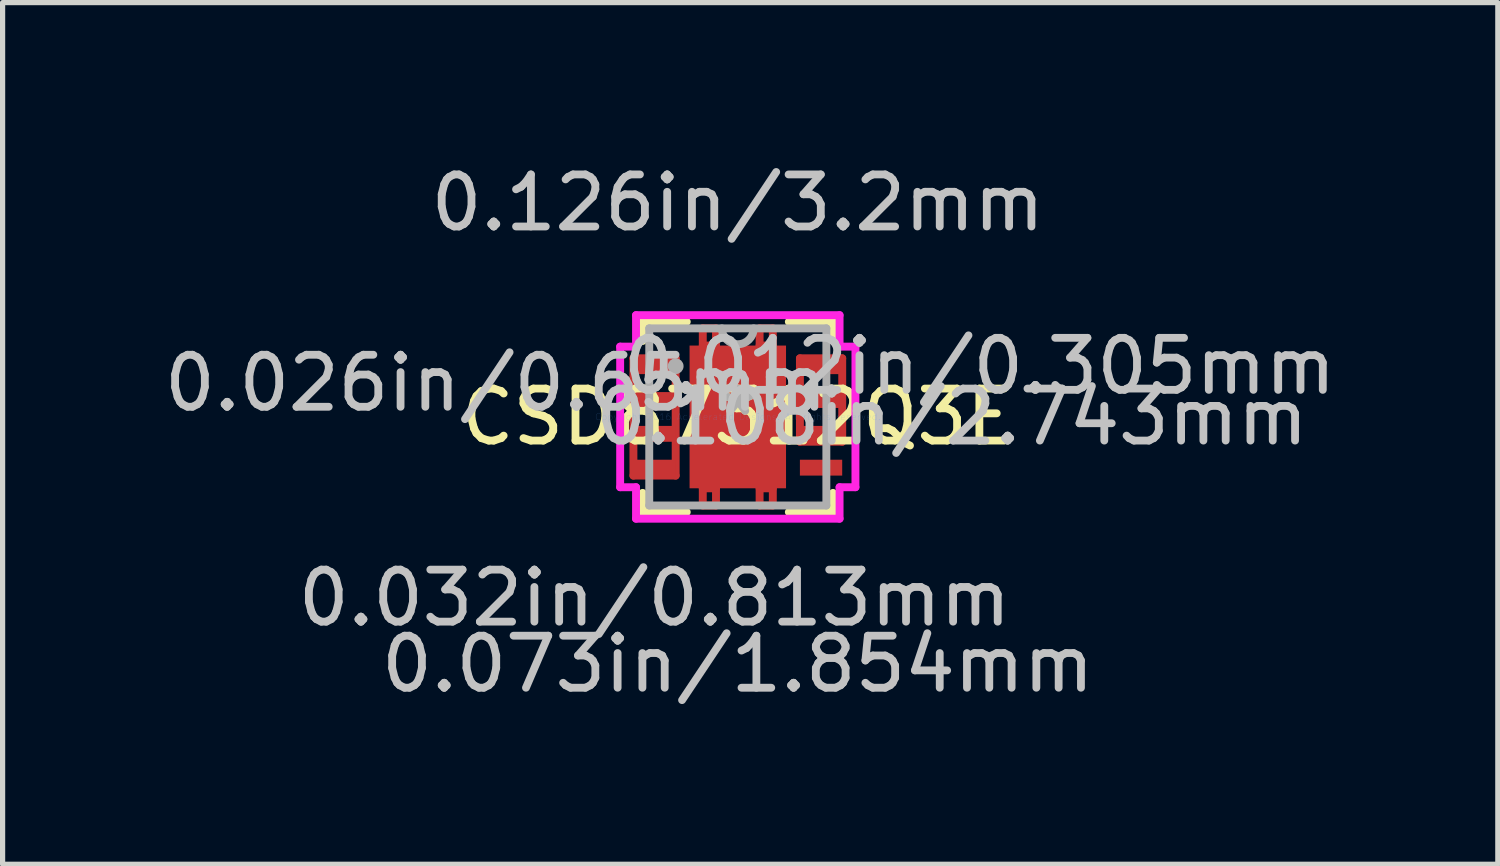
<source format=kicad_pcb>
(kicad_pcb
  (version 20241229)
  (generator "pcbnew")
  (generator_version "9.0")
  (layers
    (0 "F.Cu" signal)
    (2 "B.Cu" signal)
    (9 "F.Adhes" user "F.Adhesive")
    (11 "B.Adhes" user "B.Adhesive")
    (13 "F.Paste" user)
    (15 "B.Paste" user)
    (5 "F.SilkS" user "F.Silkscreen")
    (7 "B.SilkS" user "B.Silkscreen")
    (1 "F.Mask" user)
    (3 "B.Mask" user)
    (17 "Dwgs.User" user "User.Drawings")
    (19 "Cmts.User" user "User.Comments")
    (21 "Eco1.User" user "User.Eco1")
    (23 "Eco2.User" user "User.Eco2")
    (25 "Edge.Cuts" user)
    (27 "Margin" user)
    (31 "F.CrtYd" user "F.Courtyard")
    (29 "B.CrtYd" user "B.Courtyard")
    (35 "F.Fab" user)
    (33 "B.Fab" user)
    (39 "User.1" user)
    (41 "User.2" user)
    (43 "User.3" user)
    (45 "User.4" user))
  (footprint "CSD87312Q3E"
    (layer "F.Cu")
    (at 11.13 4.963)
    (property "Reference" "CSD87312Q3E" (at 0 0 0) (layer "F.SilkS") (effects (font (size 1 1) (thickness 0.15))))
    (attr through_hole)
    (fp_line (start -2.007 -1.127) (end -2.006 1.128) (stroke (width 0.152) (type solid)) (layer "F.Cu"))
    (fp_line (start -2.006 1.128) (end -1.194 1.128) (stroke (width 0.152) (type solid)) (layer "F.Cu"))
    (fp_line (start -1.194 -1.127) (end -2.007 -1.127) (stroke (width 0.152) (type solid)) (layer "F.Cu"))
    (fp_line (start -1.194 1.128) (end -1.194 -1.127) (stroke (width 0.152) (type solid)) (layer "F.Cu"))
    (fp_line (start -0.673 -1.702) (end -0.419 -1.702) (stroke (width 0.152) (type solid)) (layer "F.Cu"))
    (fp_line (start -0.673 -1.372) (end -0.673 -1.702) (stroke (width 0.152) (type solid)) (layer "F.Cu"))
    (fp_line (start -0.673 1.372) (end -0.673 1.702) (stroke (width 0.152) (type solid)) (layer "F.Cu"))
    (fp_line (start -0.673 1.702) (end -0.419 1.702) (stroke (width 0.152) (type solid)) (layer "F.Cu"))
    (fp_line (start -0.419 -1.702) (end -0.419 -1.372) (stroke (width 0.152) (type solid)) (layer "F.Cu"))
    (fp_line (start -0.419 -1.372) (end -0.673 -1.372) (stroke (width 0.152) (type solid)) (layer "F.Cu"))
    (fp_line (start -0.419 1.372) (end -0.673 1.372) (stroke (width 0.152) (type solid)) (layer "F.Cu"))
    (fp_line (start -0.419 1.702) (end -0.419 1.372) (stroke (width 0.152) (type solid)) (layer "F.Cu"))
    (fp_line (start 0.419 -1.702) (end 0.419 -1.372) (stroke (width 0.152) (type solid)) (layer "F.Cu"))
    (fp_line (start 0.419 -1.372) (end 0.673 -1.372) (stroke (width 0.152) (type solid)) (layer "F.Cu"))
    (fp_line (start 0.419 1.372) (end 0.673 1.372) (stroke (width 0.152) (type solid)) (layer "F.Cu"))
    (fp_line (start 0.419 1.702) (end 0.419 1.372) (stroke (width 0.152) (type solid)) (layer "F.Cu"))
    (fp_line (start 0.673 -1.702) (end 0.419 -1.702) (stroke (width 0.152) (type solid)) (layer "F.Cu"))
    (fp_line (start 0.673 -1.372) (end 0.673 -1.702) (stroke (width 0.152) (type solid)) (layer "F.Cu"))
    (fp_line (start 0.673 1.372) (end 0.673 1.702) (stroke (width 0.152) (type solid)) (layer "F.Cu"))
    (fp_line (start 0.673 1.702) (end 0.419 1.702) (stroke (width 0.152) (type solid)) (layer "F.Cu"))
    (fp_line (start 1.194 -1.127) (end 2.007 -1.127) (stroke (width 0.152) (type solid)) (layer "F.Cu"))
    (fp_line (start 1.194 0.477) (end 1.194 -1.127) (stroke (width 0.152) (type solid)) (layer "F.Cu"))
    (fp_line (start 2.007 -1.127) (end 2.007 0.477) (stroke (width 0.152) (type solid)) (layer "F.Cu"))
    (fp_line (start 2.007 0.477) (end 1.194 0.477) (stroke (width 0.152) (type solid)) (layer "F.Cu"))
    (fp_line (start -2.007 -1.127) (end -2.006 1.128) (stroke (width 0.152) (type solid)) (layer "F.Mask"))
    (fp_line (start -2.006 1.128) (end -1.194 1.128) (stroke (width 0.152) (type solid)) (layer "F.Mask"))
    (fp_line (start -1.194 -1.127) (end -2.007 -1.127) (stroke (width 0.152) (type solid)) (layer "F.Mask"))
    (fp_line (start -1.194 1.128) (end -1.194 -1.127) (stroke (width 0.152) (type solid)) (layer "F.Mask"))
    (fp_line (start -0.673 -1.702) (end -0.419 -1.702) (stroke (width 0.152) (type solid)) (layer "F.Mask"))
    (fp_line (start -0.673 -1.372) (end -0.673 -1.702) (stroke (width 0.152) (type solid)) (layer "F.Mask"))
    (fp_line (start -0.673 1.372) (end -0.673 1.702) (stroke (width 0.152) (type solid)) (layer "F.Mask"))
    (fp_line (start -0.673 1.702) (end -0.419 1.702) (stroke (width 0.152) (type solid)) (layer "F.Mask"))
    (fp_line (start -0.419 -1.702) (end -0.419 -1.372) (stroke (width 0.152) (type solid)) (layer "F.Mask"))
    (fp_line (start -0.419 -1.372) (end -0.673 -1.372) (stroke (width 0.152) (type solid)) (layer "F.Mask"))
    (fp_line (start -0.419 1.372) (end -0.673 1.372) (stroke (width 0.152) (type solid)) (layer "F.Mask"))
    (fp_line (start -0.419 1.702) (end -0.419 1.372) (stroke (width 0.152) (type solid)) (layer "F.Mask"))
    (fp_line (start 0.419 -1.702) (end 0.419 -1.372) (stroke (width 0.152) (type solid)) (layer "F.Mask"))
    (fp_line (start 0.419 -1.372) (end 0.673 -1.372) (stroke (width 0.152) (type solid)) (layer "F.Mask"))
    (fp_line (start 0.419 1.372) (end 0.673 1.372) (stroke (width 0.152) (type solid)) (layer "F.Mask"))
    (fp_line (start 0.419 1.702) (end 0.419 1.372) (stroke (width 0.152) (type solid)) (layer "F.Mask"))
    (fp_line (start 0.673 -1.702) (end 0.419 -1.702) (stroke (width 0.152) (type solid)) (layer "F.Mask"))
    (fp_line (start 0.673 -1.372) (end 0.673 -1.702) (stroke (width 0.152) (type solid)) (layer "F.Mask"))
    (fp_line (start 0.673 1.372) (end 0.673 1.702) (stroke (width 0.152) (type solid)) (layer "F.Mask"))
    (fp_line (start 0.673 1.702) (end 0.419 1.702) (stroke (width 0.152) (type solid)) (layer "F.Mask"))
    (fp_line (start 1.194 -1.127) (end 2.007 -1.127) (stroke (width 0.152) (type solid)) (layer "F.Mask"))
    (fp_line (start 1.194 0.477) (end 1.194 -1.127) (stroke (width 0.152) (type solid)) (layer "F.Mask"))
    (fp_line (start 2.007 -1.127) (end 2.007 0.477) (stroke (width 0.152) (type solid)) (layer "F.Mask"))
    (fp_line (start 2.007 0.477) (end 1.194 0.477) (stroke (width 0.152) (type solid)) (layer "F.Mask"))
    (fp_line (start -1.829 -1.829) (end -1.829 -1.46) (stroke (width 0.152) (type solid)) (layer "F.SilkS"))
    (fp_line (start -1.829 1.46) (end -1.829 1.829) (stroke (width 0.152) (type solid)) (layer "F.SilkS"))
    (fp_line (start -1.829 1.829) (end -0.981 1.829) (stroke (width 0.152) (type solid)) (layer "F.SilkS"))
    (fp_line (start -0.981 -1.829) (end -1.829 -1.829) (stroke (width 0.152) (type solid)) (layer "F.SilkS"))
    (fp_line (start 0.981 1.829) (end 1.829 1.829) (stroke (width 0.152) (type solid)) (layer "F.SilkS"))
    (fp_line (start 1.829 -1.829) (end 0.981 -1.829) (stroke (width 0.152) (type solid)) (layer "F.SilkS"))
    (fp_line (start 1.829 -1.46) (end 1.829 -1.829) (stroke (width 0.152) (type solid)) (layer "F.SilkS"))
    (fp_line (start 1.829 1.829) (end 1.829 1.46) (stroke (width 0.152) (type solid)) (layer "F.SilkS"))
    (fp_line (start -2.007 -1.127) (end -2.006 1.128) (stroke (width 0.152) (type solid)) (layer "F.Paste"))
    (fp_line (start -2.006 1.128) (end -1.194 1.128) (stroke (width 0.152) (type solid)) (layer "F.Paste"))
    (fp_line (start -1.194 -1.127) (end -2.007 -1.127) (stroke (width 0.152) (type solid)) (layer "F.Paste"))
    (fp_line (start -1.194 1.128) (end -1.194 -1.127) (stroke (width 0.152) (type solid)) (layer "F.Paste"))
    (fp_line (start -0.827 -1.272) (end -0.827 -0.1) (stroke (width 0.152) (type solid)) (layer "F.Paste"))
    (fp_line (start -0.827 -0.1) (end 0.827 -0.1) (stroke (width 0.152) (type solid)) (layer "F.Paste"))
    (fp_line (start -0.827 0.1) (end -0.827 1.272) (stroke (width 0.152) (type solid)) (layer "F.Paste"))
    (fp_line (start -0.827 1.272) (end 0.827 1.272) (stroke (width 0.152) (type solid)) (layer "F.Paste"))
    (fp_line (start -0.673 -1.702) (end -0.419 -1.702) (stroke (width 0.152) (type solid)) (layer "F.Paste"))
    (fp_line (start -0.673 -1.372) (end -0.673 -1.702) (stroke (width 0.152) (type solid)) (layer "F.Paste"))
    (fp_line (start -0.673 1.372) (end -0.673 1.702) (stroke (width 0.152) (type solid)) (layer "F.Paste"))
    (fp_line (start -0.673 1.702) (end -0.419 1.702) (stroke (width 0.152) (type solid)) (layer "F.Paste"))
    (fp_line (start -0.419 -1.702) (end -0.419 -1.372) (stroke (width 0.152) (type solid)) (layer "F.Paste"))
    (fp_line (start -0.419 -1.372) (end -0.673 -1.372) (stroke (width 0.152) (type solid)) (layer "F.Paste"))
    (fp_line (start -0.419 1.372) (end -0.673 1.372) (stroke (width 0.152) (type solid)) (layer "F.Paste"))
    (fp_line (start -0.419 1.702) (end -0.419 1.372) (stroke (width 0.152) (type solid)) (layer "F.Paste"))
    (fp_line (start 0.419 -1.702) (end 0.419 -1.372) (stroke (width 0.152) (type solid)) (layer "F.Paste"))
    (fp_line (start 0.419 -1.372) (end 0.673 -1.372) (stroke (width 0.152) (type solid)) (layer "F.Paste"))
    (fp_line (start 0.419 1.372) (end 0.673 1.372) (stroke (width 0.152) (type solid)) (layer "F.Paste"))
    (fp_line (start 0.419 1.702) (end 0.419 1.372) (stroke (width 0.152) (type solid)) (layer "F.Paste"))
    (fp_line (start 0.673 -1.702) (end 0.419 -1.702) (stroke (width 0.152) (type solid)) (layer "F.Paste"))
    (fp_line (start 0.673 -1.372) (end 0.673 -1.702) (stroke (width 0.152) (type solid)) (layer "F.Paste"))
    (fp_line (start 0.673 1.372) (end 0.673 1.702) (stroke (width 0.152) (type solid)) (layer "F.Paste"))
    (fp_line (start 0.673 1.702) (end 0.419 1.702) (stroke (width 0.152) (type solid)) (layer "F.Paste"))
    (fp_line (start 0.827 -1.272) (end -0.827 -1.272) (stroke (width 0.152) (type solid)) (layer "F.Paste"))
    (fp_line (start 0.827 -0.1) (end 0.827 -1.272) (stroke (width 0.152) (type solid)) (layer "F.Paste"))
    (fp_line (start 0.827 0.1) (end -0.827 0.1) (stroke (width 0.152) (type solid)) (layer "F.Paste"))
    (fp_line (start 0.827 1.272) (end 0.827 0.1) (stroke (width 0.152) (type solid)) (layer "F.Paste"))
    (fp_line (start 1.194 -1.127) (end 2.007 -1.127) (stroke (width 0.152) (type solid)) (layer "F.Paste"))
    (fp_line (start 1.194 0.477) (end 1.194 -1.127) (stroke (width 0.152) (type solid)) (layer "F.Paste"))
    (fp_line (start 2.007 -1.127) (end 2.007 0.477) (stroke (width 0.152) (type solid)) (layer "F.Paste"))
    (fp_line (start 2.007 0.477) (end 1.194 0.477) (stroke (width 0.152) (type solid)) (layer "F.Paste"))
    (fp_line (start -2.261 -1.351) (end -1.956 -1.351) (stroke (width 0.152) (type solid)) (layer "F.CrtYd"))
    (fp_line (start -2.261 1.351) (end -2.261 -1.351) (stroke (width 0.152) (type solid)) (layer "F.CrtYd"))
    (fp_line (start -1.956 -1.956) (end 1.956 -1.956) (stroke (width 0.152) (type solid)) (layer "F.CrtYd"))
    (fp_line (start -1.956 -1.351) (end -1.956 -1.956) (stroke (width 0.152) (type solid)) (layer "F.CrtYd"))
    (fp_line (start -1.956 1.351) (end -2.261 1.351) (stroke (width 0.152) (type solid)) (layer "F.CrtYd"))
    (fp_line (start -1.956 1.956) (end -1.956 1.351) (stroke (width 0.152) (type solid)) (layer "F.CrtYd"))
    (fp_line (start 1.956 -1.956) (end 1.956 -1.351) (stroke (width 0.152) (type solid)) (layer "F.CrtYd"))
    (fp_line (start 1.956 -1.351) (end 2.261 -1.351) (stroke (width 0.152) (type solid)) (layer "F.CrtYd"))
    (fp_line (start 1.956 1.351) (end 1.956 1.956) (stroke (width 0.152) (type solid)) (layer "F.CrtYd"))
    (fp_line (start 1.956 1.956) (end -1.956 1.956) (stroke (width 0.152) (type solid)) (layer "F.CrtYd"))
    (fp_line (start 2.261 -1.351) (end 2.261 1.351) (stroke (width 0.152) (type solid)) (layer "F.CrtYd"))
    (fp_line (start 2.261 1.351) (end 1.956 1.351) (stroke (width 0.152) (type solid)) (layer "F.CrtYd"))
    (fp_line (start -1.702 -1.702) (end -1.702 1.702) (stroke (width 0.152) (type solid)) (layer "F.Fab"))
    (fp_line (start -1.702 1.702) (end 1.702 1.702) (stroke (width 0.152) (type solid)) (layer "F.Fab"))
    (fp_line (start 1.702 -1.702) (end -1.702 -1.702) (stroke (width 0.152) (type solid)) (layer "F.Fab"))
    (fp_line (start 1.702 1.702) (end 1.702 -1.702) (stroke (width 0.152) (type solid)) (layer "F.Fab"))
    (fp_arc (start 0.3048 -1.7018) (mid 0 -1.397) (end -0.3048 -1.7018) (stroke (width 0.1524) (type solid)) (layer "F.Fab"))
    (fp_circle (center -1.194 -0.975) (end -1.194 -0.975) (stroke (width 0.152) (type solid)) (fill no) (layer "F.Fab"))
    (fp_text user "*" (at 0 0 0) (layer "F.SilkS") (effects (font (size 1 1) (thickness 0.15))))
    (fp_text user "0.032in/0.813mm" (at -1.6 3.48 0) (layer "Dwgs.User") (effects (font (size 1 1) (thickness 0.15))))
    (fp_text user "0.108in/2.743mm" (at 4.115 0 0) (layer "Dwgs.User") (effects (font (size 1 1) (thickness 0.15))))
    (fp_text user "0.012in/0.305mm" (at 4.648 -0.975 0) (layer "Dwgs.User") (effects (font (size 1 1) (thickness 0.15))))
    (fp_text user "0.026in/0.65mm" (at -4.648 -0.65 0) (layer "Dwgs.User") (effects (font (size 1 1) (thickness 0.15))))
    (fp_text user "0.073in/1.854mm" (at 0 4.75 0) (layer "Dwgs.User") (effects (font (size 1 1) (thickness 0.15))))
    (fp_text user "0.126in/3.2mm" (at 0 -4.115 0) (layer "Dwgs.User") (effects (font (size 1 1) (thickness 0.15))))
    (fp_text user "Copyright 2016 Accelerated Designs. All rights reserved." (at 0 0 0) (layer "Cmts.User") (effects (font (size 0.127 0.127) (thickness 0.002))))
    (fp_text user "*" (at 0 0 0) (layer "F.Fab") (effects (font (size 1 1) (thickness 0.15))))
    (pad "1" smd rect (at -1.6 -0.975) (size 0.813 0.305) (layers "F.Cu" "F.Mask" "F.Paste"))
    (pad "2" smd rect (at -1.6 -0.325) (size 0.813 0.305) (layers "F.Cu" "F.Mask" "F.Paste"))
    (pad "3" smd rect (at -1.6 0.325) (size 0.813 0.305) (layers "F.Cu" "F.Mask" "F.Paste"))
    (pad "4" smd rect (at -1.6 0.975) (size 0.813 0.305) (layers "F.Cu" "F.Mask" "F.Paste"))
    (pad "5" smd rect (at 1.6 0.975) (size 0.813 0.305) (layers "F.Cu" "F.Mask" "F.Paste"))
    (pad "6" smd rect (at 1.6 0.325) (size 0.813 0.305) (layers "F.Cu" "F.Mask" "F.Paste"))
    (pad "7" smd rect (at 1.6 -0.325) (size 0.813 0.305) (layers "F.Cu" "F.Mask" "F.Paste"))
    (pad "8" smd rect (at 1.6 -0.975) (size 0.813 0.305) (layers "F.Cu" "F.Mask" "F.Paste"))
    (pad "9" smd rect (at 0 0) (size 1.854 2.743) (layers "F.Cu" "F.Mask" "F.Paste")))
  (gr_rect
    (start -3 -3)
    (end 25.737 13.561)
    (stroke (width 0.1) (type default))
    (fill no)
    (layer "Edge.Cuts")))
</source>
